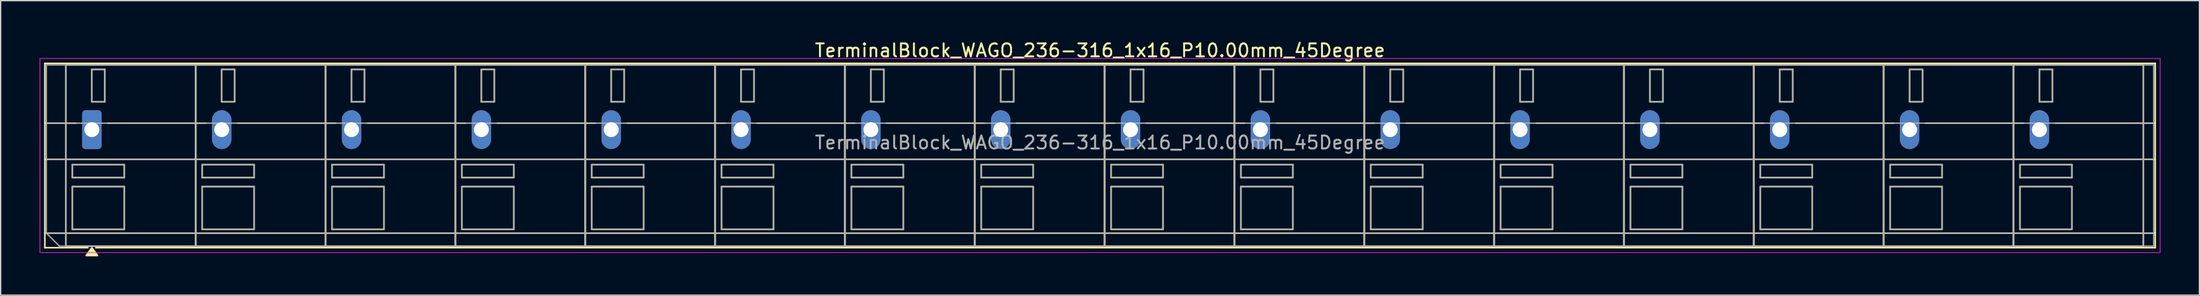
<source format=kicad_pcb>
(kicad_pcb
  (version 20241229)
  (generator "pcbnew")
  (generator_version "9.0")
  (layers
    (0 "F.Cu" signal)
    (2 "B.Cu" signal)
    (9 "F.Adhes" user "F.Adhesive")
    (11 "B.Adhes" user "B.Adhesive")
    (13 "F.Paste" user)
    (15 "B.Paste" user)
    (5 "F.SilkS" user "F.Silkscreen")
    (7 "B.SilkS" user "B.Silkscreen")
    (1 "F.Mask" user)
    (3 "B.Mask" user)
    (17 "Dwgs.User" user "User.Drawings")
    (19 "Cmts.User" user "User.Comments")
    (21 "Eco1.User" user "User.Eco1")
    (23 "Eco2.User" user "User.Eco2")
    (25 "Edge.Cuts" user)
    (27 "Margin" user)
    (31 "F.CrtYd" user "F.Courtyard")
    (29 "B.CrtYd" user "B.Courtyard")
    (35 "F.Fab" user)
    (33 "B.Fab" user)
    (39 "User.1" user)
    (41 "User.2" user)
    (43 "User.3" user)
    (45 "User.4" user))
  (footprint "TerminalBlock_WAGO_236-316_1x16_P10.00mm_45Degree"
    (layer "F.Cu")
    (at 4.025 6.968)
    (property "Reference" "TerminalBlock_WAGO_236-316_1x16_P10.00mm_45Degree" (at 77.65 -6.12 0) (layer "F.SilkS") (effects (font (size 1 1) (thickness 0.15))))
    (attr through_hole)
    (fp_line (start -3.62 -5.12) (end 158.92 -5.12) (stroke (width 0.12) (type solid)) (layer "F.SilkS"))
    (fp_line (start -3.62 -0.5) (end -1.23 -0.5) (stroke (width 0.12) (type solid)) (layer "F.SilkS"))
    (fp_line (start -3.62 2.3) (end 158.92 2.3) (stroke (width 0.12) (type solid)) (layer "F.SilkS"))
    (fp_line (start -3.62 8) (end 158.92 8) (stroke (width 0.12) (type solid)) (layer "F.SilkS"))
    (fp_line (start -3.62 9.12) (end -3.62 -5.12) (stroke (width 0.12) (type solid)) (layer "F.SilkS"))
    (fp_line (start -2 -5) (end 8 -5) (stroke (width 0.12) (type solid)) (layer "F.SilkS"))
    (fp_line (start -2 9) (end -2 -5) (stroke (width 0.12) (type solid)) (layer "F.SilkS"))
    (fp_line (start -1.5 2.7) (end 2.5 2.7) (stroke (width 0.12) (type solid)) (layer "F.SilkS"))
    (fp_line (start -1.5 3.7) (end -1.5 2.7) (stroke (width 0.12) (type solid)) (layer "F.SilkS"))
    (fp_line (start -1.5 4.4) (end 2.5 4.4) (stroke (width 0.12) (type solid)) (layer "F.SilkS"))
    (fp_line (start -1.5 7.7) (end -1.5 4.4) (stroke (width 0.12) (type solid)) (layer "F.SilkS"))
    (fp_line (start -0.3 9.12) (end -3.62 9.12) (stroke (width 0.12) (type solid)) (layer "F.SilkS"))
    (fp_line (start 0 -4.65) (end 1 -4.65) (stroke (width 0.12) (type solid)) (layer "F.SilkS"))
    (fp_line (start 0 -2.15) (end 0 -4.65) (stroke (width 0.12) (type solid)) (layer "F.SilkS"))
    (fp_line (start 1 -4.65) (end 1 -2.15) (stroke (width 0.12) (type solid)) (layer "F.SilkS"))
    (fp_line (start 1 -2.15) (end 0 -2.15) (stroke (width 0.12) (type solid)) (layer "F.SilkS"))
    (fp_line (start 1.23 -0.5) (end 8.77 -0.5) (stroke (width 0.12) (type solid)) (layer "F.SilkS"))
    (fp_line (start 2.5 2.7) (end 2.5 3.7) (stroke (width 0.12) (type solid)) (layer "F.SilkS"))
    (fp_line (start 2.5 3.7) (end -1.5 3.7) (stroke (width 0.12) (type solid)) (layer "F.SilkS"))
    (fp_line (start 2.5 4.4) (end 2.5 7.7) (stroke (width 0.12) (type solid)) (layer "F.SilkS"))
    (fp_line (start 2.5 7.7) (end -1.5 7.7) (stroke (width 0.12) (type solid)) (layer "F.SilkS"))
    (fp_line (start 8 -5) (end 8 9) (stroke (width 0.12) (type solid)) (layer "F.SilkS"))
    (fp_line (start 8 -5) (end 18 -5) (stroke (width 0.12) (type solid)) (layer "F.SilkS"))
    (fp_line (start 8 9) (end -2 9) (stroke (width 0.12) (type solid)) (layer "F.SilkS"))
    (fp_line (start 8 9) (end 8 -5) (stroke (width 0.12) (type solid)) (layer "F.SilkS"))
    (fp_line (start 8.5 2.7) (end 12.5 2.7) (stroke (width 0.12) (type solid)) (layer "F.SilkS"))
    (fp_line (start 8.5 3.7) (end 8.5 2.7) (stroke (width 0.12) (type solid)) (layer "F.SilkS"))
    (fp_line (start 8.5 4.4) (end 12.5 4.4) (stroke (width 0.12) (type solid)) (layer "F.SilkS"))
    (fp_line (start 8.5 7.7) (end 8.5 4.4) (stroke (width 0.12) (type solid)) (layer "F.SilkS"))
    (fp_line (start 10 -4.65) (end 11 -4.65) (stroke (width 0.12) (type solid)) (layer "F.SilkS"))
    (fp_line (start 10 -2.15) (end 10 -4.65) (stroke (width 0.12) (type solid)) (layer "F.SilkS"))
    (fp_line (start 11 -4.65) (end 11 -2.15) (stroke (width 0.12) (type solid)) (layer "F.SilkS"))
    (fp_line (start 11 -2.15) (end 10 -2.15) (stroke (width 0.12) (type solid)) (layer "F.SilkS"))
    (fp_line (start 11.23 -0.5) (end 18.77 -0.5) (stroke (width 0.12) (type solid)) (layer "F.SilkS"))
    (fp_line (start 12.5 2.7) (end 12.5 3.7) (stroke (width 0.12) (type solid)) (layer "F.SilkS"))
    (fp_line (start 12.5 3.7) (end 8.5 3.7) (stroke (width 0.12) (type solid)) (layer "F.SilkS"))
    (fp_line (start 12.5 4.4) (end 12.5 7.7) (stroke (width 0.12) (type solid)) (layer "F.SilkS"))
    (fp_line (start 12.5 7.7) (end 8.5 7.7) (stroke (width 0.12) (type solid)) (layer "F.SilkS"))
    (fp_line (start 18 -5) (end 18 9) (stroke (width 0.12) (type solid)) (layer "F.SilkS"))
    (fp_line (start 18 -5) (end 28 -5) (stroke (width 0.12) (type solid)) (layer "F.SilkS"))
    (fp_line (start 18 9) (end 8 9) (stroke (width 0.12) (type solid)) (layer "F.SilkS"))
    (fp_line (start 18 9) (end 18 -5) (stroke (width 0.12) (type solid)) (layer "F.SilkS"))
    (fp_line (start 18.5 2.7) (end 22.5 2.7) (stroke (width 0.12) (type solid)) (layer "F.SilkS"))
    (fp_line (start 18.5 3.7) (end 18.5 2.7) (stroke (width 0.12) (type solid)) (layer "F.SilkS"))
    (fp_line (start 18.5 4.4) (end 22.5 4.4) (stroke (width 0.12) (type solid)) (layer "F.SilkS"))
    (fp_line (start 18.5 7.7) (end 18.5 4.4) (stroke (width 0.12) (type solid)) (layer "F.SilkS"))
    (fp_line (start 20 -4.65) (end 21 -4.65) (stroke (width 0.12) (type solid)) (layer "F.SilkS"))
    (fp_line (start 20 -2.15) (end 20 -4.65) (stroke (width 0.12) (type solid)) (layer "F.SilkS"))
    (fp_line (start 21 -4.65) (end 21 -2.15) (stroke (width 0.12) (type solid)) (layer "F.SilkS"))
    (fp_line (start 21 -2.15) (end 20 -2.15) (stroke (width 0.12) (type solid)) (layer "F.SilkS"))
    (fp_line (start 21.23 -0.5) (end 28.77 -0.5) (stroke (width 0.12) (type solid)) (layer "F.SilkS"))
    (fp_line (start 22.5 2.7) (end 22.5 3.7) (stroke (width 0.12) (type solid)) (layer "F.SilkS"))
    (fp_line (start 22.5 3.7) (end 18.5 3.7) (stroke (width 0.12) (type solid)) (layer "F.SilkS"))
    (fp_line (start 22.5 4.4) (end 22.5 7.7) (stroke (width 0.12) (type solid)) (layer "F.SilkS"))
    (fp_line (start 22.5 7.7) (end 18.5 7.7) (stroke (width 0.12) (type solid)) (layer "F.SilkS"))
    (fp_line (start 28 -5) (end 28 9) (stroke (width 0.12) (type solid)) (layer "F.SilkS"))
    (fp_line (start 28 -5) (end 38 -5) (stroke (width 0.12) (type solid)) (layer "F.SilkS"))
    (fp_line (start 28 9) (end 18 9) (stroke (width 0.12) (type solid)) (layer "F.SilkS"))
    (fp_line (start 28 9) (end 28 -5) (stroke (width 0.12) (type solid)) (layer "F.SilkS"))
    (fp_line (start 28.5 2.7) (end 32.5 2.7) (stroke (width 0.12) (type solid)) (layer "F.SilkS"))
    (fp_line (start 28.5 3.7) (end 28.5 2.7) (stroke (width 0.12) (type solid)) (layer "F.SilkS"))
    (fp_line (start 28.5 4.4) (end 32.5 4.4) (stroke (width 0.12) (type solid)) (layer "F.SilkS"))
    (fp_line (start 28.5 7.7) (end 28.5 4.4) (stroke (width 0.12) (type solid)) (layer "F.SilkS"))
    (fp_line (start 30 -4.65) (end 31 -4.65) (stroke (width 0.12) (type solid)) (layer "F.SilkS"))
    (fp_line (start 30 -2.15) (end 30 -4.65) (stroke (width 0.12) (type solid)) (layer "F.SilkS"))
    (fp_line (start 31 -4.65) (end 31 -2.15) (stroke (width 0.12) (type solid)) (layer "F.SilkS"))
    (fp_line (start 31 -2.15) (end 30 -2.15) (stroke (width 0.12) (type solid)) (layer "F.SilkS"))
    (fp_line (start 31.23 -0.5) (end 38.77 -0.5) (stroke (width 0.12) (type solid)) (layer "F.SilkS"))
    (fp_line (start 32.5 2.7) (end 32.5 3.7) (stroke (width 0.12) (type solid)) (layer "F.SilkS"))
    (fp_line (start 32.5 3.7) (end 28.5 3.7) (stroke (width 0.12) (type solid)) (layer "F.SilkS"))
    (fp_line (start 32.5 4.4) (end 32.5 7.7) (stroke (width 0.12) (type solid)) (layer "F.SilkS"))
    (fp_line (start 32.5 7.7) (end 28.5 7.7) (stroke (width 0.12) (type solid)) (layer "F.SilkS"))
    (fp_line (start 38 -5) (end 38 9) (stroke (width 0.12) (type solid)) (layer "F.SilkS"))
    (fp_line (start 38 -5) (end 48 -5) (stroke (width 0.12) (type solid)) (layer "F.SilkS"))
    (fp_line (start 38 9) (end 28 9) (stroke (width 0.12) (type solid)) (layer "F.SilkS"))
    (fp_line (start 38 9) (end 38 -5) (stroke (width 0.12) (type solid)) (layer "F.SilkS"))
    (fp_line (start 38.5 2.7) (end 42.5 2.7) (stroke (width 0.12) (type solid)) (layer "F.SilkS"))
    (fp_line (start 38.5 3.7) (end 38.5 2.7) (stroke (width 0.12) (type solid)) (layer "F.SilkS"))
    (fp_line (start 38.5 4.4) (end 42.5 4.4) (stroke (width 0.12) (type solid)) (layer "F.SilkS"))
    (fp_line (start 38.5 7.7) (end 38.5 4.4) (stroke (width 0.12) (type solid)) (layer "F.SilkS"))
    (fp_line (start 40 -4.65) (end 41 -4.65) (stroke (width 0.12) (type solid)) (layer "F.SilkS"))
    (fp_line (start 40 -2.15) (end 40 -4.65) (stroke (width 0.12) (type solid)) (layer "F.SilkS"))
    (fp_line (start 41 -4.65) (end 41 -2.15) (stroke (width 0.12) (type solid)) (layer "F.SilkS"))
    (fp_line (start 41 -2.15) (end 40 -2.15) (stroke (width 0.12) (type solid)) (layer "F.SilkS"))
    (fp_line (start 41.23 -0.5) (end 48.77 -0.5) (stroke (width 0.12) (type solid)) (layer "F.SilkS"))
    (fp_line (start 42.5 2.7) (end 42.5 3.7) (stroke (width 0.12) (type solid)) (layer "F.SilkS"))
    (fp_line (start 42.5 3.7) (end 38.5 3.7) (stroke (width 0.12) (type solid)) (layer "F.SilkS"))
    (fp_line (start 42.5 4.4) (end 42.5 7.7) (stroke (width 0.12) (type solid)) (layer "F.SilkS"))
    (fp_line (start 42.5 7.7) (end 38.5 7.7) (stroke (width 0.12) (type solid)) (layer "F.SilkS"))
    (fp_line (start 48 -5) (end 48 9) (stroke (width 0.12) (type solid)) (layer "F.SilkS"))
    (fp_line (start 48 -5) (end 58 -5) (stroke (width 0.12) (type solid)) (layer "F.SilkS"))
    (fp_line (start 48 9) (end 38 9) (stroke (width 0.12) (type solid)) (layer "F.SilkS"))
    (fp_line (start 48 9) (end 48 -5) (stroke (width 0.12) (type solid)) (layer "F.SilkS"))
    (fp_line (start 48.5 2.7) (end 52.5 2.7) (stroke (width 0.12) (type solid)) (layer "F.SilkS"))
    (fp_line (start 48.5 3.7) (end 48.5 2.7) (stroke (width 0.12) (type solid)) (layer "F.SilkS"))
    (fp_line (start 48.5 4.4) (end 52.5 4.4) (stroke (width 0.12) (type solid)) (layer "F.SilkS"))
    (fp_line (start 48.5 7.7) (end 48.5 4.4) (stroke (width 0.12) (type solid)) (layer "F.SilkS"))
    (fp_line (start 50 -4.65) (end 51 -4.65) (stroke (width 0.12) (type solid)) (layer "F.SilkS"))
    (fp_line (start 50 -2.15) (end 50 -4.65) (stroke (width 0.12) (type solid)) (layer "F.SilkS"))
    (fp_line (start 51 -4.65) (end 51 -2.15) (stroke (width 0.12) (type solid)) (layer "F.SilkS"))
    (fp_line (start 51 -2.15) (end 50 -2.15) (stroke (width 0.12) (type solid)) (layer "F.SilkS"))
    (fp_line (start 51.23 -0.5) (end 58.77 -0.5) (stroke (width 0.12) (type solid)) (layer "F.SilkS"))
    (fp_line (start 52.5 2.7) (end 52.5 3.7) (stroke (width 0.12) (type solid)) (layer "F.SilkS"))
    (fp_line (start 52.5 3.7) (end 48.5 3.7) (stroke (width 0.12) (type solid)) (layer "F.SilkS"))
    (fp_line (start 52.5 4.4) (end 52.5 7.7) (stroke (width 0.12) (type solid)) (layer "F.SilkS"))
    (fp_line (start 52.5 7.7) (end 48.5 7.7) (stroke (width 0.12) (type solid)) (layer "F.SilkS"))
    (fp_line (start 58 -5) (end 58 9) (stroke (width 0.12) (type solid)) (layer "F.SilkS"))
    (fp_line (start 58 -5) (end 68 -5) (stroke (width 0.12) (type solid)) (layer "F.SilkS"))
    (fp_line (start 58 9) (end 48 9) (stroke (width 0.12) (type solid)) (layer "F.SilkS"))
    (fp_line (start 58 9) (end 58 -5) (stroke (width 0.12) (type solid)) (layer "F.SilkS"))
    (fp_line (start 58.5 2.7) (end 62.5 2.7) (stroke (width 0.12) (type solid)) (layer "F.SilkS"))
    (fp_line (start 58.5 3.7) (end 58.5 2.7) (stroke (width 0.12) (type solid)) (layer "F.SilkS"))
    (fp_line (start 58.5 4.4) (end 62.5 4.4) (stroke (width 0.12) (type solid)) (layer "F.SilkS"))
    (fp_line (start 58.5 7.7) (end 58.5 4.4) (stroke (width 0.12) (type solid)) (layer "F.SilkS"))
    (fp_line (start 60 -4.65) (end 61 -4.65) (stroke (width 0.12) (type solid)) (layer "F.SilkS"))
    (fp_line (start 60 -2.15) (end 60 -4.65) (stroke (width 0.12) (type solid)) (layer "F.SilkS"))
    (fp_line (start 61 -4.65) (end 61 -2.15) (stroke (width 0.12) (type solid)) (layer "F.SilkS"))
    (fp_line (start 61 -2.15) (end 60 -2.15) (stroke (width 0.12) (type solid)) (layer "F.SilkS"))
    (fp_line (start 61.23 -0.5) (end 68.77 -0.5) (stroke (width 0.12) (type solid)) (layer "F.SilkS"))
    (fp_line (start 62.5 2.7) (end 62.5 3.7) (stroke (width 0.12) (type solid)) (layer "F.SilkS"))
    (fp_line (start 62.5 3.7) (end 58.5 3.7) (stroke (width 0.12) (type solid)) (layer "F.SilkS"))
    (fp_line (start 62.5 4.4) (end 62.5 7.7) (stroke (width 0.12) (type solid)) (layer "F.SilkS"))
    (fp_line (start 62.5 7.7) (end 58.5 7.7) (stroke (width 0.12) (type solid)) (layer "F.SilkS"))
    (fp_line (start 68 -5) (end 68 9) (stroke (width 0.12) (type solid)) (layer "F.SilkS"))
    (fp_line (start 68 -5) (end 78 -5) (stroke (width 0.12) (type solid)) (layer "F.SilkS"))
    (fp_line (start 68 9) (end 58 9) (stroke (width 0.12) (type solid)) (layer "F.SilkS"))
    (fp_line (start 68 9) (end 68 -5) (stroke (width 0.12) (type solid)) (layer "F.SilkS"))
    (fp_line (start 68.5 2.7) (end 72.5 2.7) (stroke (width 0.12) (type solid)) (layer "F.SilkS"))
    (fp_line (start 68.5 3.7) (end 68.5 2.7) (stroke (width 0.12) (type solid)) (layer "F.SilkS"))
    (fp_line (start 68.5 4.4) (end 72.5 4.4) (stroke (width 0.12) (type solid)) (layer "F.SilkS"))
    (fp_line (start 68.5 7.7) (end 68.5 4.4) (stroke (width 0.12) (type solid)) (layer "F.SilkS"))
    (fp_line (start 70 -4.65) (end 71 -4.65) (stroke (width 0.12) (type solid)) (layer "F.SilkS"))
    (fp_line (start 70 -2.15) (end 70 -4.65) (stroke (width 0.12) (type solid)) (layer "F.SilkS"))
    (fp_line (start 71 -4.65) (end 71 -2.15) (stroke (width 0.12) (type solid)) (layer "F.SilkS"))
    (fp_line (start 71 -2.15) (end 70 -2.15) (stroke (width 0.12) (type solid)) (layer "F.SilkS"))
    (fp_line (start 71.23 -0.5) (end 78.77 -0.5) (stroke (width 0.12) (type solid)) (layer "F.SilkS"))
    (fp_line (start 72.5 2.7) (end 72.5 3.7) (stroke (width 0.12) (type solid)) (layer "F.SilkS"))
    (fp_line (start 72.5 3.7) (end 68.5 3.7) (stroke (width 0.12) (type solid)) (layer "F.SilkS"))
    (fp_line (start 72.5 4.4) (end 72.5 7.7) (stroke (width 0.12) (type solid)) (layer "F.SilkS"))
    (fp_line (start 72.5 7.7) (end 68.5 7.7) (stroke (width 0.12) (type solid)) (layer "F.SilkS"))
    (fp_line (start 78 -5) (end 78 9) (stroke (width 0.12) (type solid)) (layer "F.SilkS"))
    (fp_line (start 78 -5) (end 88 -5) (stroke (width 0.12) (type solid)) (layer "F.SilkS"))
    (fp_line (start 78 9) (end 68 9) (stroke (width 0.12) (type solid)) (layer "F.SilkS"))
    (fp_line (start 78 9) (end 78 -5) (stroke (width 0.12) (type solid)) (layer "F.SilkS"))
    (fp_line (start 78.5 2.7) (end 82.5 2.7) (stroke (width 0.12) (type solid)) (layer "F.SilkS"))
    (fp_line (start 78.5 3.7) (end 78.5 2.7) (stroke (width 0.12) (type solid)) (layer "F.SilkS"))
    (fp_line (start 78.5 4.4) (end 82.5 4.4) (stroke (width 0.12) (type solid)) (layer "F.SilkS"))
    (fp_line (start 78.5 7.7) (end 78.5 4.4) (stroke (width 0.12) (type solid)) (layer "F.SilkS"))
    (fp_line (start 80 -4.65) (end 81 -4.65) (stroke (width 0.12) (type solid)) (layer "F.SilkS"))
    (fp_line (start 80 -2.15) (end 80 -4.65) (stroke (width 0.12) (type solid)) (layer "F.SilkS"))
    (fp_line (start 81 -4.65) (end 81 -2.15) (stroke (width 0.12) (type solid)) (layer "F.SilkS"))
    (fp_line (start 81 -2.15) (end 80 -2.15) (stroke (width 0.12) (type solid)) (layer "F.SilkS"))
    (fp_line (start 81.23 -0.5) (end 88.77 -0.5) (stroke (width 0.12) (type solid)) (layer "F.SilkS"))
    (fp_line (start 82.5 2.7) (end 82.5 3.7) (stroke (width 0.12) (type solid)) (layer "F.SilkS"))
    (fp_line (start 82.5 3.7) (end 78.5 3.7) (stroke (width 0.12) (type solid)) (layer "F.SilkS"))
    (fp_line (start 82.5 4.4) (end 82.5 7.7) (stroke (width 0.12) (type solid)) (layer "F.SilkS"))
    (fp_line (start 82.5 7.7) (end 78.5 7.7) (stroke (width 0.12) (type solid)) (layer "F.SilkS"))
    (fp_line (start 88 -5) (end 88 9) (stroke (width 0.12) (type solid)) (layer "F.SilkS"))
    (fp_line (start 88 -5) (end 98 -5) (stroke (width 0.12) (type solid)) (layer "F.SilkS"))
    (fp_line (start 88 9) (end 78 9) (stroke (width 0.12) (type solid)) (layer "F.SilkS"))
    (fp_line (start 88 9) (end 88 -5) (stroke (width 0.12) (type solid)) (layer "F.SilkS"))
    (fp_line (start 88.5 2.7) (end 92.5 2.7) (stroke (width 0.12) (type solid)) (layer "F.SilkS"))
    (fp_line (start 88.5 3.7) (end 88.5 2.7) (stroke (width 0.12) (type solid)) (layer "F.SilkS"))
    (fp_line (start 88.5 4.4) (end 92.5 4.4) (stroke (width 0.12) (type solid)) (layer "F.SilkS"))
    (fp_line (start 88.5 7.7) (end 88.5 4.4) (stroke (width 0.12) (type solid)) (layer "F.SilkS"))
    (fp_line (start 90 -4.65) (end 91 -4.65) (stroke (width 0.12) (type solid)) (layer "F.SilkS"))
    (fp_line (start 90 -2.15) (end 90 -4.65) (stroke (width 0.12) (type solid)) (layer "F.SilkS"))
    (fp_line (start 91 -4.65) (end 91 -2.15) (stroke (width 0.12) (type solid)) (layer "F.SilkS"))
    (fp_line (start 91 -2.15) (end 90 -2.15) (stroke (width 0.12) (type solid)) (layer "F.SilkS"))
    (fp_line (start 91.23 -0.5) (end 98.77 -0.5) (stroke (width 0.12) (type solid)) (layer "F.SilkS"))
    (fp_line (start 92.5 2.7) (end 92.5 3.7) (stroke (width 0.12) (type solid)) (layer "F.SilkS"))
    (fp_line (start 92.5 3.7) (end 88.5 3.7) (stroke (width 0.12) (type solid)) (layer "F.SilkS"))
    (fp_line (start 92.5 4.4) (end 92.5 7.7) (stroke (width 0.12) (type solid)) (layer "F.SilkS"))
    (fp_line (start 92.5 7.7) (end 88.5 7.7) (stroke (width 0.12) (type solid)) (layer "F.SilkS"))
    (fp_line (start 98 -5) (end 98 9) (stroke (width 0.12) (type solid)) (layer "F.SilkS"))
    (fp_line (start 98 -5) (end 108 -5) (stroke (width 0.12) (type solid)) (layer "F.SilkS"))
    (fp_line (start 98 9) (end 88 9) (stroke (width 0.12) (type solid)) (layer "F.SilkS"))
    (fp_line (start 98 9) (end 98 -5) (stroke (width 0.12) (type solid)) (layer "F.SilkS"))
    (fp_line (start 98.5 2.7) (end 102.5 2.7) (stroke (width 0.12) (type solid)) (layer "F.SilkS"))
    (fp_line (start 98.5 3.7) (end 98.5 2.7) (stroke (width 0.12) (type solid)) (layer "F.SilkS"))
    (fp_line (start 98.5 4.4) (end 102.5 4.4) (stroke (width 0.12) (type solid)) (layer "F.SilkS"))
    (fp_line (start 98.5 7.7) (end 98.5 4.4) (stroke (width 0.12) (type solid)) (layer "F.SilkS"))
    (fp_line (start 100 -4.65) (end 101 -4.65) (stroke (width 0.12) (type solid)) (layer "F.SilkS"))
    (fp_line (start 100 -2.15) (end 100 -4.65) (stroke (width 0.12) (type solid)) (layer "F.SilkS"))
    (fp_line (start 101 -4.65) (end 101 -2.15) (stroke (width 0.12) (type solid)) (layer "F.SilkS"))
    (fp_line (start 101 -2.15) (end 100 -2.15) (stroke (width 0.12) (type solid)) (layer "F.SilkS"))
    (fp_line (start 101.23 -0.5) (end 108.77 -0.5) (stroke (width 0.12) (type solid)) (layer "F.SilkS"))
    (fp_line (start 102.5 2.7) (end 102.5 3.7) (stroke (width 0.12) (type solid)) (layer "F.SilkS"))
    (fp_line (start 102.5 3.7) (end 98.5 3.7) (stroke (width 0.12) (type solid)) (layer "F.SilkS"))
    (fp_line (start 102.5 4.4) (end 102.5 7.7) (stroke (width 0.12) (type solid)) (layer "F.SilkS"))
    (fp_line (start 102.5 7.7) (end 98.5 7.7) (stroke (width 0.12) (type solid)) (layer "F.SilkS"))
    (fp_line (start 108 -5) (end 108 9) (stroke (width 0.12) (type solid)) (layer "F.SilkS"))
    (fp_line (start 108 -5) (end 118 -5) (stroke (width 0.12) (type solid)) (layer "F.SilkS"))
    (fp_line (start 108 9) (end 98 9) (stroke (width 0.12) (type solid)) (layer "F.SilkS"))
    (fp_line (start 108 9) (end 108 -5) (stroke (width 0.12) (type solid)) (layer "F.SilkS"))
    (fp_line (start 108.5 2.7) (end 112.5 2.7) (stroke (width 0.12) (type solid)) (layer "F.SilkS"))
    (fp_line (start 108.5 3.7) (end 108.5 2.7) (stroke (width 0.12) (type solid)) (layer "F.SilkS"))
    (fp_line (start 108.5 4.4) (end 112.5 4.4) (stroke (width 0.12) (type solid)) (layer "F.SilkS"))
    (fp_line (start 108.5 7.7) (end 108.5 4.4) (stroke (width 0.12) (type solid)) (layer "F.SilkS"))
    (fp_line (start 110 -4.65) (end 111 -4.65) (stroke (width 0.12) (type solid)) (layer "F.SilkS"))
    (fp_line (start 110 -2.15) (end 110 -4.65) (stroke (width 0.12) (type solid)) (layer "F.SilkS"))
    (fp_line (start 111 -4.65) (end 111 -2.15) (stroke (width 0.12) (type solid)) (layer "F.SilkS"))
    (fp_line (start 111 -2.15) (end 110 -2.15) (stroke (width 0.12) (type solid)) (layer "F.SilkS"))
    (fp_line (start 111.23 -0.5) (end 118.77 -0.5) (stroke (width 0.12) (type solid)) (layer "F.SilkS"))
    (fp_line (start 112.5 2.7) (end 112.5 3.7) (stroke (width 0.12) (type solid)) (layer "F.SilkS"))
    (fp_line (start 112.5 3.7) (end 108.5 3.7) (stroke (width 0.12) (type solid)) (layer "F.SilkS"))
    (fp_line (start 112.5 4.4) (end 112.5 7.7) (stroke (width 0.12) (type solid)) (layer "F.SilkS"))
    (fp_line (start 112.5 7.7) (end 108.5 7.7) (stroke (width 0.12) (type solid)) (layer "F.SilkS"))
    (fp_line (start 118 -5) (end 118 9) (stroke (width 0.12) (type solid)) (layer "F.SilkS"))
    (fp_line (start 118 -5) (end 128 -5) (stroke (width 0.12) (type solid)) (layer "F.SilkS"))
    (fp_line (start 118 9) (end 108 9) (stroke (width 0.12) (type solid)) (layer "F.SilkS"))
    (fp_line (start 118 9) (end 118 -5) (stroke (width 0.12) (type solid)) (layer "F.SilkS"))
    (fp_line (start 118.5 2.7) (end 122.5 2.7) (stroke (width 0.12) (type solid)) (layer "F.SilkS"))
    (fp_line (start 118.5 3.7) (end 118.5 2.7) (stroke (width 0.12) (type solid)) (layer "F.SilkS"))
    (fp_line (start 118.5 4.4) (end 122.5 4.4) (stroke (width 0.12) (type solid)) (layer "F.SilkS"))
    (fp_line (start 118.5 7.7) (end 118.5 4.4) (stroke (width 0.12) (type solid)) (layer "F.SilkS"))
    (fp_line (start 120 -4.65) (end 121 -4.65) (stroke (width 0.12) (type solid)) (layer "F.SilkS"))
    (fp_line (start 120 -2.15) (end 120 -4.65) (stroke (width 0.12) (type solid)) (layer "F.SilkS"))
    (fp_line (start 121 -4.65) (end 121 -2.15) (stroke (width 0.12) (type solid)) (layer "F.SilkS"))
    (fp_line (start 121 -2.15) (end 120 -2.15) (stroke (width 0.12) (type solid)) (layer "F.SilkS"))
    (fp_line (start 121.23 -0.5) (end 128.77 -0.5) (stroke (width 0.12) (type solid)) (layer "F.SilkS"))
    (fp_line (start 122.5 2.7) (end 122.5 3.7) (stroke (width 0.12) (type solid)) (layer "F.SilkS"))
    (fp_line (start 122.5 3.7) (end 118.5 3.7) (stroke (width 0.12) (type solid)) (layer "F.SilkS"))
    (fp_line (start 122.5 4.4) (end 122.5 7.7) (stroke (width 0.12) (type solid)) (layer "F.SilkS"))
    (fp_line (start 122.5 7.7) (end 118.5 7.7) (stroke (width 0.12) (type solid)) (layer "F.SilkS"))
    (fp_line (start 128 -5) (end 128 9) (stroke (width 0.12) (type solid)) (layer "F.SilkS"))
    (fp_line (start 128 -5) (end 138 -5) (stroke (width 0.12) (type solid)) (layer "F.SilkS"))
    (fp_line (start 128 9) (end 118 9) (stroke (width 0.12) (type solid)) (layer "F.SilkS"))
    (fp_line (start 128 9) (end 128 -5) (stroke (width 0.12) (type solid)) (layer "F.SilkS"))
    (fp_line (start 128.5 2.7) (end 132.5 2.7) (stroke (width 0.12) (type solid)) (layer "F.SilkS"))
    (fp_line (start 128.5 3.7) (end 128.5 2.7) (stroke (width 0.12) (type solid)) (layer "F.SilkS"))
    (fp_line (start 128.5 4.4) (end 132.5 4.4) (stroke (width 0.12) (type solid)) (layer "F.SilkS"))
    (fp_line (start 128.5 7.7) (end 128.5 4.4) (stroke (width 0.12) (type solid)) (layer "F.SilkS"))
    (fp_line (start 130 -4.65) (end 131 -4.65) (stroke (width 0.12) (type solid)) (layer "F.SilkS"))
    (fp_line (start 130 -2.15) (end 130 -4.65) (stroke (width 0.12) (type solid)) (layer "F.SilkS"))
    (fp_line (start 131 -4.65) (end 131 -2.15) (stroke (width 0.12) (type solid)) (layer "F.SilkS"))
    (fp_line (start 131 -2.15) (end 130 -2.15) (stroke (width 0.12) (type solid)) (layer "F.SilkS"))
    (fp_line (start 131.23 -0.5) (end 138.77 -0.5) (stroke (width 0.12) (type solid)) (layer "F.SilkS"))
    (fp_line (start 132.5 2.7) (end 132.5 3.7) (stroke (width 0.12) (type solid)) (layer "F.SilkS"))
    (fp_line (start 132.5 3.7) (end 128.5 3.7) (stroke (width 0.12) (type solid)) (layer "F.SilkS"))
    (fp_line (start 132.5 4.4) (end 132.5 7.7) (stroke (width 0.12) (type solid)) (layer "F.SilkS"))
    (fp_line (start 132.5 7.7) (end 128.5 7.7) (stroke (width 0.12) (type solid)) (layer "F.SilkS"))
    (fp_line (start 138 -5) (end 138 9) (stroke (width 0.12) (type solid)) (layer "F.SilkS"))
    (fp_line (start 138 -5) (end 148 -5) (stroke (width 0.12) (type solid)) (layer "F.SilkS"))
    (fp_line (start 138 9) (end 128 9) (stroke (width 0.12) (type solid)) (layer "F.SilkS"))
    (fp_line (start 138 9) (end 138 -5) (stroke (width 0.12) (type solid)) (layer "F.SilkS"))
    (fp_line (start 138.5 2.7) (end 142.5 2.7) (stroke (width 0.12) (type solid)) (layer "F.SilkS"))
    (fp_line (start 138.5 3.7) (end 138.5 2.7) (stroke (width 0.12) (type solid)) (layer "F.SilkS"))
    (fp_line (start 138.5 4.4) (end 142.5 4.4) (stroke (width 0.12) (type solid)) (layer "F.SilkS"))
    (fp_line (start 138.5 7.7) (end 138.5 4.4) (stroke (width 0.12) (type solid)) (layer "F.SilkS"))
    (fp_line (start 140 -4.65) (end 141 -4.65) (stroke (width 0.12) (type solid)) (layer "F.SilkS"))
    (fp_line (start 140 -2.15) (end 140 -4.65) (stroke (width 0.12) (type solid)) (layer "F.SilkS"))
    (fp_line (start 141 -4.65) (end 141 -2.15) (stroke (width 0.12) (type solid)) (layer "F.SilkS"))
    (fp_line (start 141 -2.15) (end 140 -2.15) (stroke (width 0.12) (type solid)) (layer "F.SilkS"))
    (fp_line (start 141.23 -0.5) (end 148.77 -0.5) (stroke (width 0.12) (type solid)) (layer "F.SilkS"))
    (fp_line (start 142.5 2.7) (end 142.5 3.7) (stroke (width 0.12) (type solid)) (layer "F.SilkS"))
    (fp_line (start 142.5 3.7) (end 138.5 3.7) (stroke (width 0.12) (type solid)) (layer "F.SilkS"))
    (fp_line (start 142.5 4.4) (end 142.5 7.7) (stroke (width 0.12) (type solid)) (layer "F.SilkS"))
    (fp_line (start 142.5 7.7) (end 138.5 7.7) (stroke (width 0.12) (type solid)) (layer "F.SilkS"))
    (fp_line (start 148 -5) (end 148 9) (stroke (width 0.12) (type solid)) (layer "F.SilkS"))
    (fp_line (start 148 -5) (end 158 -5) (stroke (width 0.12) (type solid)) (layer "F.SilkS"))
    (fp_line (start 148 9) (end 138 9) (stroke (width 0.12) (type solid)) (layer "F.SilkS"))
    (fp_line (start 148 9) (end 148 -5) (stroke (width 0.12) (type solid)) (layer "F.SilkS"))
    (fp_line (start 148.5 2.7) (end 152.5 2.7) (stroke (width 0.12) (type solid)) (layer "F.SilkS"))
    (fp_line (start 148.5 3.7) (end 148.5 2.7) (stroke (width 0.12) (type solid)) (layer "F.SilkS"))
    (fp_line (start 148.5 4.4) (end 152.5 4.4) (stroke (width 0.12) (type solid)) (layer "F.SilkS"))
    (fp_line (start 148.5 7.7) (end 148.5 4.4) (stroke (width 0.12) (type solid)) (layer "F.SilkS"))
    (fp_line (start 150 -4.65) (end 151 -4.65) (stroke (width 0.12) (type solid)) (layer "F.SilkS"))
    (fp_line (start 150 -2.15) (end 150 -4.65) (stroke (width 0.12) (type solid)) (layer "F.SilkS"))
    (fp_line (start 151 -4.65) (end 151 -2.15) (stroke (width 0.12) (type solid)) (layer "F.SilkS"))
    (fp_line (start 151 -2.15) (end 150 -2.15) (stroke (width 0.12) (type solid)) (layer "F.SilkS"))
    (fp_line (start 151.23 -0.5) (end 158.92 -0.5) (stroke (width 0.12) (type solid)) (layer "F.SilkS"))
    (fp_line (start 152.5 2.7) (end 152.5 3.7) (stroke (width 0.12) (type solid)) (layer "F.SilkS"))
    (fp_line (start 152.5 3.7) (end 148.5 3.7) (stroke (width 0.12) (type solid)) (layer "F.SilkS"))
    (fp_line (start 152.5 4.4) (end 152.5 7.7) (stroke (width 0.12) (type solid)) (layer "F.SilkS"))
    (fp_line (start 152.5 7.7) (end 148.5 7.7) (stroke (width 0.12) (type solid)) (layer "F.SilkS"))
    (fp_line (start 158 -5) (end 158 9) (stroke (width 0.12) (type solid)) (layer "F.SilkS"))
    (fp_line (start 158 9) (end 148 9) (stroke (width 0.12) (type solid)) (layer "F.SilkS"))
    (fp_line (start 158.92 -5.12) (end 158.92 9.12) (stroke (width 0.12) (type solid)) (layer "F.SilkS"))
    (fp_line (start 158.92 9.12) (end 0.3 9.12) (stroke (width 0.12) (type solid)) (layer "F.SilkS"))
    (fp_poly (pts (xy 0 9.12) (xy 0.44 9.73) (xy -0.44 9.73)) (stroke (width 0.12) (type solid)) (fill yes) (layer "F.SilkS"))
    (fp_line (start -4 -5.5) (end -4 9.5) (stroke (width 0.05) (type solid)) (layer "F.CrtYd"))
    (fp_line (start -4 9.5) (end 159.3 9.5) (stroke (width 0.05) (type solid)) (layer "F.CrtYd"))
    (fp_line (start 159.3 -5.5) (end -4 -5.5) (stroke (width 0.05) (type solid)) (layer "F.CrtYd"))
    (fp_line (start 159.3 9.5) (end 159.3 -5.5) (stroke (width 0.05) (type solid)) (layer "F.CrtYd"))
    (fp_line (start -3.5 -5) (end 158.8 -5) (stroke (width 0.1) (type solid)) (layer "F.Fab"))
    (fp_line (start -3.5 -0.5) (end 158.8 -0.5) (stroke (width 0.1) (type solid)) (layer "F.Fab"))
    (fp_line (start -3.5 2.3) (end 158.8 2.3) (stroke (width 0.1) (type solid)) (layer "F.Fab"))
    (fp_line (start -3.5 8) (end -3.5 -5) (stroke (width 0.1) (type solid)) (layer "F.Fab"))
    (fp_line (start -3.5 8) (end 158.8 8) (stroke (width 0.1) (type solid)) (layer "F.Fab"))
    (fp_line (start -2.5 9) (end -3.5 8) (stroke (width 0.1) (type solid)) (layer "F.Fab"))
    (fp_line (start -2 -5) (end -2 9) (stroke (width 0.1) (type solid)) (layer "F.Fab"))
    (fp_line (start -2 9) (end 8 9) (stroke (width 0.1) (type solid)) (layer "F.Fab"))
    (fp_line (start -1.5 2.7) (end -1.5 3.7) (stroke (width 0.1) (type solid)) (layer "F.Fab"))
    (fp_line (start -1.5 3.7) (end 2.5 3.7) (stroke (width 0.1) (type solid)) (layer "F.Fab"))
    (fp_line (start -1.5 4.4) (end -1.5 7.7) (stroke (width 0.1) (type solid)) (layer "F.Fab"))
    (fp_line (start -1.5 7.7) (end 2.5 7.7) (stroke (width 0.1) (type solid)) (layer "F.Fab"))
    (fp_line (start 0 -4.65) (end 0 -2.15) (stroke (width 0.1) (type solid)) (layer "F.Fab"))
    (fp_line (start 0 -2.15) (end 1 -2.15) (stroke (width 0.1) (type solid)) (layer "F.Fab"))
    (fp_line (start 1 -4.65) (end 0 -4.65) (stroke (width 0.1) (type solid)) (layer "F.Fab"))
    (fp_line (start 1 -2.15) (end 1 -4.65) (stroke (width 0.1) (type solid)) (layer "F.Fab"))
    (fp_line (start 2.5 2.7) (end -1.5 2.7) (stroke (width 0.1) (type solid)) (layer "F.Fab"))
    (fp_line (start 2.5 3.7) (end 2.5 2.7) (stroke (width 0.1) (type solid)) (layer "F.Fab"))
    (fp_line (start 2.5 4.4) (end -1.5 4.4) (stroke (width 0.1) (type solid)) (layer "F.Fab"))
    (fp_line (start 2.5 7.7) (end 2.5 4.4) (stroke (width 0.1) (type solid)) (layer "F.Fab"))
    (fp_line (start 8 -5) (end -2 -5) (stroke (width 0.1) (type solid)) (layer "F.Fab"))
    (fp_line (start 8 -5) (end 8 9) (stroke (width 0.1) (type solid)) (layer "F.Fab"))
    (fp_line (start 8 9) (end 8 -5) (stroke (width 0.1) (type solid)) (layer "F.Fab"))
    (fp_line (start 8 9) (end 18 9) (stroke (width 0.1) (type solid)) (layer "F.Fab"))
    (fp_line (start 8.5 2.7) (end 8.5 3.7) (stroke (width 0.1) (type solid)) (layer "F.Fab"))
    (fp_line (start 8.5 3.7) (end 12.5 3.7) (stroke (width 0.1) (type solid)) (layer "F.Fab"))
    (fp_line (start 8.5 4.4) (end 8.5 7.7) (stroke (width 0.1) (type solid)) (layer "F.Fab"))
    (fp_line (start 8.5 7.7) (end 12.5 7.7) (stroke (width 0.1) (type solid)) (layer "F.Fab"))
    (fp_line (start 10 -4.65) (end 10 -2.15) (stroke (width 0.1) (type solid)) (layer "F.Fab"))
    (fp_line (start 10 -2.15) (end 11 -2.15) (stroke (width 0.1) (type solid)) (layer "F.Fab"))
    (fp_line (start 11 -4.65) (end 10 -4.65) (stroke (width 0.1) (type solid)) (layer "F.Fab"))
    (fp_line (start 11 -2.15) (end 11 -4.65) (stroke (width 0.1) (type solid)) (layer "F.Fab"))
    (fp_line (start 12.5 2.7) (end 8.5 2.7) (stroke (width 0.1) (type solid)) (layer "F.Fab"))
    (fp_line (start 12.5 3.7) (end 12.5 2.7) (stroke (width 0.1) (type solid)) (layer "F.Fab"))
    (fp_line (start 12.5 4.4) (end 8.5 4.4) (stroke (width 0.1) (type solid)) (layer "F.Fab"))
    (fp_line (start 12.5 7.7) (end 12.5 4.4) (stroke (width 0.1) (type solid)) (layer "F.Fab"))
    (fp_line (start 18 -5) (end 8 -5) (stroke (width 0.1) (type solid)) (layer "F.Fab"))
    (fp_line (start 18 -5) (end 18 9) (stroke (width 0.1) (type solid)) (layer "F.Fab"))
    (fp_line (start 18 9) (end 18 -5) (stroke (width 0.1) (type solid)) (layer "F.Fab"))
    (fp_line (start 18 9) (end 28 9) (stroke (width 0.1) (type solid)) (layer "F.Fab"))
    (fp_line (start 18.5 2.7) (end 18.5 3.7) (stroke (width 0.1) (type solid)) (layer "F.Fab"))
    (fp_line (start 18.5 3.7) (end 22.5 3.7) (stroke (width 0.1) (type solid)) (layer "F.Fab"))
    (fp_line (start 18.5 4.4) (end 18.5 7.7) (stroke (width 0.1) (type solid)) (layer "F.Fab"))
    (fp_line (start 18.5 7.7) (end 22.5 7.7) (stroke (width 0.1) (type solid)) (layer "F.Fab"))
    (fp_line (start 20 -4.65) (end 20 -2.15) (stroke (width 0.1) (type solid)) (layer "F.Fab"))
    (fp_line (start 20 -2.15) (end 21 -2.15) (stroke (width 0.1) (type solid)) (layer "F.Fab"))
    (fp_line (start 21 -4.65) (end 20 -4.65) (stroke (width 0.1) (type solid)) (layer "F.Fab"))
    (fp_line (start 21 -2.15) (end 21 -4.65) (stroke (width 0.1) (type solid)) (layer "F.Fab"))
    (fp_line (start 22.5 2.7) (end 18.5 2.7) (stroke (width 0.1) (type solid)) (layer "F.Fab"))
    (fp_line (start 22.5 3.7) (end 22.5 2.7) (stroke (width 0.1) (type solid)) (layer "F.Fab"))
    (fp_line (start 22.5 4.4) (end 18.5 4.4) (stroke (width 0.1) (type solid)) (layer "F.Fab"))
    (fp_line (start 22.5 7.7) (end 22.5 4.4) (stroke (width 0.1) (type solid)) (layer "F.Fab"))
    (fp_line (start 28 -5) (end 18 -5) (stroke (width 0.1) (type solid)) (layer "F.Fab"))
    (fp_line (start 28 -5) (end 28 9) (stroke (width 0.1) (type solid)) (layer "F.Fab"))
    (fp_line (start 28 9) (end 28 -5) (stroke (width 0.1) (type solid)) (layer "F.Fab"))
    (fp_line (start 28 9) (end 38 9) (stroke (width 0.1) (type solid)) (layer "F.Fab"))
    (fp_line (start 28.5 2.7) (end 28.5 3.7) (stroke (width 0.1) (type solid)) (layer "F.Fab"))
    (fp_line (start 28.5 3.7) (end 32.5 3.7) (stroke (width 0.1) (type solid)) (layer "F.Fab"))
    (fp_line (start 28.5 4.4) (end 28.5 7.7) (stroke (width 0.1) (type solid)) (layer "F.Fab"))
    (fp_line (start 28.5 7.7) (end 32.5 7.7) (stroke (width 0.1) (type solid)) (layer "F.Fab"))
    (fp_line (start 30 -4.65) (end 30 -2.15) (stroke (width 0.1) (type solid)) (layer "F.Fab"))
    (fp_line (start 30 -2.15) (end 31 -2.15) (stroke (width 0.1) (type solid)) (layer "F.Fab"))
    (fp_line (start 31 -4.65) (end 30 -4.65) (stroke (width 0.1) (type solid)) (layer "F.Fab"))
    (fp_line (start 31 -2.15) (end 31 -4.65) (stroke (width 0.1) (type solid)) (layer "F.Fab"))
    (fp_line (start 32.5 2.7) (end 28.5 2.7) (stroke (width 0.1) (type solid)) (layer "F.Fab"))
    (fp_line (start 32.5 3.7) (end 32.5 2.7) (stroke (width 0.1) (type solid)) (layer "F.Fab"))
    (fp_line (start 32.5 4.4) (end 28.5 4.4) (stroke (width 0.1) (type solid)) (layer "F.Fab"))
    (fp_line (start 32.5 7.7) (end 32.5 4.4) (stroke (width 0.1) (type solid)) (layer "F.Fab"))
    (fp_line (start 38 -5) (end 28 -5) (stroke (width 0.1) (type solid)) (layer "F.Fab"))
    (fp_line (start 38 -5) (end 38 9) (stroke (width 0.1) (type solid)) (layer "F.Fab"))
    (fp_line (start 38 9) (end 38 -5) (stroke (width 0.1) (type solid)) (layer "F.Fab"))
    (fp_line (start 38 9) (end 48 9) (stroke (width 0.1) (type solid)) (layer "F.Fab"))
    (fp_line (start 38.5 2.7) (end 38.5 3.7) (stroke (width 0.1) (type solid)) (layer "F.Fab"))
    (fp_line (start 38.5 3.7) (end 42.5 3.7) (stroke (width 0.1) (type solid)) (layer "F.Fab"))
    (fp_line (start 38.5 4.4) (end 38.5 7.7) (stroke (width 0.1) (type solid)) (layer "F.Fab"))
    (fp_line (start 38.5 7.7) (end 42.5 7.7) (stroke (width 0.1) (type solid)) (layer "F.Fab"))
    (fp_line (start 40 -4.65) (end 40 -2.15) (stroke (width 0.1) (type solid)) (layer "F.Fab"))
    (fp_line (start 40 -2.15) (end 41 -2.15) (stroke (width 0.1) (type solid)) (layer "F.Fab"))
    (fp_line (start 41 -4.65) (end 40 -4.65) (stroke (width 0.1) (type solid)) (layer "F.Fab"))
    (fp_line (start 41 -2.15) (end 41 -4.65) (stroke (width 0.1) (type solid)) (layer "F.Fab"))
    (fp_line (start 42.5 2.7) (end 38.5 2.7) (stroke (width 0.1) (type solid)) (layer "F.Fab"))
    (fp_line (start 42.5 3.7) (end 42.5 2.7) (stroke (width 0.1) (type solid)) (layer "F.Fab"))
    (fp_line (start 42.5 4.4) (end 38.5 4.4) (stroke (width 0.1) (type solid)) (layer "F.Fab"))
    (fp_line (start 42.5 7.7) (end 42.5 4.4) (stroke (width 0.1) (type solid)) (layer "F.Fab"))
    (fp_line (start 48 -5) (end 38 -5) (stroke (width 0.1) (type solid)) (layer "F.Fab"))
    (fp_line (start 48 -5) (end 48 9) (stroke (width 0.1) (type solid)) (layer "F.Fab"))
    (fp_line (start 48 9) (end 48 -5) (stroke (width 0.1) (type solid)) (layer "F.Fab"))
    (fp_line (start 48 9) (end 58 9) (stroke (width 0.1) (type solid)) (layer "F.Fab"))
    (fp_line (start 48.5 2.7) (end 48.5 3.7) (stroke (width 0.1) (type solid)) (layer "F.Fab"))
    (fp_line (start 48.5 3.7) (end 52.5 3.7) (stroke (width 0.1) (type solid)) (layer "F.Fab"))
    (fp_line (start 48.5 4.4) (end 48.5 7.7) (stroke (width 0.1) (type solid)) (layer "F.Fab"))
    (fp_line (start 48.5 7.7) (end 52.5 7.7) (stroke (width 0.1) (type solid)) (layer "F.Fab"))
    (fp_line (start 50 -4.65) (end 50 -2.15) (stroke (width 0.1) (type solid)) (layer "F.Fab"))
    (fp_line (start 50 -2.15) (end 51 -2.15) (stroke (width 0.1) (type solid)) (layer "F.Fab"))
    (fp_line (start 51 -4.65) (end 50 -4.65) (stroke (width 0.1) (type solid)) (layer "F.Fab"))
    (fp_line (start 51 -2.15) (end 51 -4.65) (stroke (width 0.1) (type solid)) (layer "F.Fab"))
    (fp_line (start 52.5 2.7) (end 48.5 2.7) (stroke (width 0.1) (type solid)) (layer "F.Fab"))
    (fp_line (start 52.5 3.7) (end 52.5 2.7) (stroke (width 0.1) (type solid)) (layer "F.Fab"))
    (fp_line (start 52.5 4.4) (end 48.5 4.4) (stroke (width 0.1) (type solid)) (layer "F.Fab"))
    (fp_line (start 52.5 7.7) (end 52.5 4.4) (stroke (width 0.1) (type solid)) (layer "F.Fab"))
    (fp_line (start 58 -5) (end 48 -5) (stroke (width 0.1) (type solid)) (layer "F.Fab"))
    (fp_line (start 58 -5) (end 58 9) (stroke (width 0.1) (type solid)) (layer "F.Fab"))
    (fp_line (start 58 9) (end 58 -5) (stroke (width 0.1) (type solid)) (layer "F.Fab"))
    (fp_line (start 58 9) (end 68 9) (stroke (width 0.1) (type solid)) (layer "F.Fab"))
    (fp_line (start 58.5 2.7) (end 58.5 3.7) (stroke (width 0.1) (type solid)) (layer "F.Fab"))
    (fp_line (start 58.5 3.7) (end 62.5 3.7) (stroke (width 0.1) (type solid)) (layer "F.Fab"))
    (fp_line (start 58.5 4.4) (end 58.5 7.7) (stroke (width 0.1) (type solid)) (layer "F.Fab"))
    (fp_line (start 58.5 7.7) (end 62.5 7.7) (stroke (width 0.1) (type solid)) (layer "F.Fab"))
    (fp_line (start 60 -4.65) (end 60 -2.15) (stroke (width 0.1) (type solid)) (layer "F.Fab"))
    (fp_line (start 60 -2.15) (end 61 -2.15) (stroke (width 0.1) (type solid)) (layer "F.Fab"))
    (fp_line (start 61 -4.65) (end 60 -4.65) (stroke (width 0.1) (type solid)) (layer "F.Fab"))
    (fp_line (start 61 -2.15) (end 61 -4.65) (stroke (width 0.1) (type solid)) (layer "F.Fab"))
    (fp_line (start 62.5 2.7) (end 58.5 2.7) (stroke (width 0.1) (type solid)) (layer "F.Fab"))
    (fp_line (start 62.5 3.7) (end 62.5 2.7) (stroke (width 0.1) (type solid)) (layer "F.Fab"))
    (fp_line (start 62.5 4.4) (end 58.5 4.4) (stroke (width 0.1) (type solid)) (layer "F.Fab"))
    (fp_line (start 62.5 7.7) (end 62.5 4.4) (stroke (width 0.1) (type solid)) (layer "F.Fab"))
    (fp_line (start 68 -5) (end 58 -5) (stroke (width 0.1) (type solid)) (layer "F.Fab"))
    (fp_line (start 68 -5) (end 68 9) (stroke (width 0.1) (type solid)) (layer "F.Fab"))
    (fp_line (start 68 9) (end 68 -5) (stroke (width 0.1) (type solid)) (layer "F.Fab"))
    (fp_line (start 68 9) (end 78 9) (stroke (width 0.1) (type solid)) (layer "F.Fab"))
    (fp_line (start 68.5 2.7) (end 68.5 3.7) (stroke (width 0.1) (type solid)) (layer "F.Fab"))
    (fp_line (start 68.5 3.7) (end 72.5 3.7) (stroke (width 0.1) (type solid)) (layer "F.Fab"))
    (fp_line (start 68.5 4.4) (end 68.5 7.7) (stroke (width 0.1) (type solid)) (layer "F.Fab"))
    (fp_line (start 68.5 7.7) (end 72.5 7.7) (stroke (width 0.1) (type solid)) (layer "F.Fab"))
    (fp_line (start 70 -4.65) (end 70 -2.15) (stroke (width 0.1) (type solid)) (layer "F.Fab"))
    (fp_line (start 70 -2.15) (end 71 -2.15) (stroke (width 0.1) (type solid)) (layer "F.Fab"))
    (fp_line (start 71 -4.65) (end 70 -4.65) (stroke (width 0.1) (type solid)) (layer "F.Fab"))
    (fp_line (start 71 -2.15) (end 71 -4.65) (stroke (width 0.1) (type solid)) (layer "F.Fab"))
    (fp_line (start 72.5 2.7) (end 68.5 2.7) (stroke (width 0.1) (type solid)) (layer "F.Fab"))
    (fp_line (start 72.5 3.7) (end 72.5 2.7) (stroke (width 0.1) (type solid)) (layer "F.Fab"))
    (fp_line (start 72.5 4.4) (end 68.5 4.4) (stroke (width 0.1) (type solid)) (layer "F.Fab"))
    (fp_line (start 72.5 7.7) (end 72.5 4.4) (stroke (width 0.1) (type solid)) (layer "F.Fab"))
    (fp_line (start 78 -5) (end 68 -5) (stroke (width 0.1) (type solid)) (layer "F.Fab"))
    (fp_line (start 78 -5) (end 78 9) (stroke (width 0.1) (type solid)) (layer "F.Fab"))
    (fp_line (start 78 9) (end 78 -5) (stroke (width 0.1) (type solid)) (layer "F.Fab"))
    (fp_line (start 78 9) (end 88 9) (stroke (width 0.1) (type solid)) (layer "F.Fab"))
    (fp_line (start 78.5 2.7) (end 78.5 3.7) (stroke (width 0.1) (type solid)) (layer "F.Fab"))
    (fp_line (start 78.5 3.7) (end 82.5 3.7) (stroke (width 0.1) (type solid)) (layer "F.Fab"))
    (fp_line (start 78.5 4.4) (end 78.5 7.7) (stroke (width 0.1) (type solid)) (layer "F.Fab"))
    (fp_line (start 78.5 7.7) (end 82.5 7.7) (stroke (width 0.1) (type solid)) (layer "F.Fab"))
    (fp_line (start 80 -4.65) (end 80 -2.15) (stroke (width 0.1) (type solid)) (layer "F.Fab"))
    (fp_line (start 80 -2.15) (end 81 -2.15) (stroke (width 0.1) (type solid)) (layer "F.Fab"))
    (fp_line (start 81 -4.65) (end 80 -4.65) (stroke (width 0.1) (type solid)) (layer "F.Fab"))
    (fp_line (start 81 -2.15) (end 81 -4.65) (stroke (width 0.1) (type solid)) (layer "F.Fab"))
    (fp_line (start 82.5 2.7) (end 78.5 2.7) (stroke (width 0.1) (type solid)) (layer "F.Fab"))
    (fp_line (start 82.5 3.7) (end 82.5 2.7) (stroke (width 0.1) (type solid)) (layer "F.Fab"))
    (fp_line (start 82.5 4.4) (end 78.5 4.4) (stroke (width 0.1) (type solid)) (layer "F.Fab"))
    (fp_line (start 82.5 7.7) (end 82.5 4.4) (stroke (width 0.1) (type solid)) (layer "F.Fab"))
    (fp_line (start 88 -5) (end 78 -5) (stroke (width 0.1) (type solid)) (layer "F.Fab"))
    (fp_line (start 88 -5) (end 88 9) (stroke (width 0.1) (type solid)) (layer "F.Fab"))
    (fp_line (start 88 9) (end 88 -5) (stroke (width 0.1) (type solid)) (layer "F.Fab"))
    (fp_line (start 88 9) (end 98 9) (stroke (width 0.1) (type solid)) (layer "F.Fab"))
    (fp_line (start 88.5 2.7) (end 88.5 3.7) (stroke (width 0.1) (type solid)) (layer "F.Fab"))
    (fp_line (start 88.5 3.7) (end 92.5 3.7) (stroke (width 0.1) (type solid)) (layer "F.Fab"))
    (fp_line (start 88.5 4.4) (end 88.5 7.7) (stroke (width 0.1) (type solid)) (layer "F.Fab"))
    (fp_line (start 88.5 7.7) (end 92.5 7.7) (stroke (width 0.1) (type solid)) (layer "F.Fab"))
    (fp_line (start 90 -4.65) (end 90 -2.15) (stroke (width 0.1) (type solid)) (layer "F.Fab"))
    (fp_line (start 90 -2.15) (end 91 -2.15) (stroke (width 0.1) (type solid)) (layer "F.Fab"))
    (fp_line (start 91 -4.65) (end 90 -4.65) (stroke (width 0.1) (type solid)) (layer "F.Fab"))
    (fp_line (start 91 -2.15) (end 91 -4.65) (stroke (width 0.1) (type solid)) (layer "F.Fab"))
    (fp_line (start 92.5 2.7) (end 88.5 2.7) (stroke (width 0.1) (type solid)) (layer "F.Fab"))
    (fp_line (start 92.5 3.7) (end 92.5 2.7) (stroke (width 0.1) (type solid)) (layer "F.Fab"))
    (fp_line (start 92.5 4.4) (end 88.5 4.4) (stroke (width 0.1) (type solid)) (layer "F.Fab"))
    (fp_line (start 92.5 7.7) (end 92.5 4.4) (stroke (width 0.1) (type solid)) (layer "F.Fab"))
    (fp_line (start 98 -5) (end 88 -5) (stroke (width 0.1) (type solid)) (layer "F.Fab"))
    (fp_line (start 98 -5) (end 98 9) (stroke (width 0.1) (type solid)) (layer "F.Fab"))
    (fp_line (start 98 9) (end 98 -5) (stroke (width 0.1) (type solid)) (layer "F.Fab"))
    (fp_line (start 98 9) (end 108 9) (stroke (width 0.1) (type solid)) (layer "F.Fab"))
    (fp_line (start 98.5 2.7) (end 98.5 3.7) (stroke (width 0.1) (type solid)) (layer "F.Fab"))
    (fp_line (start 98.5 3.7) (end 102.5 3.7) (stroke (width 0.1) (type solid)) (layer "F.Fab"))
    (fp_line (start 98.5 4.4) (end 98.5 7.7) (stroke (width 0.1) (type solid)) (layer "F.Fab"))
    (fp_line (start 98.5 7.7) (end 102.5 7.7) (stroke (width 0.1) (type solid)) (layer "F.Fab"))
    (fp_line (start 100 -4.65) (end 100 -2.15) (stroke (width 0.1) (type solid)) (layer "F.Fab"))
    (fp_line (start 100 -2.15) (end 101 -2.15) (stroke (width 0.1) (type solid)) (layer "F.Fab"))
    (fp_line (start 101 -4.65) (end 100 -4.65) (stroke (width 0.1) (type solid)) (layer "F.Fab"))
    (fp_line (start 101 -2.15) (end 101 -4.65) (stroke (width 0.1) (type solid)) (layer "F.Fab"))
    (fp_line (start 102.5 2.7) (end 98.5 2.7) (stroke (width 0.1) (type solid)) (layer "F.Fab"))
    (fp_line (start 102.5 3.7) (end 102.5 2.7) (stroke (width 0.1) (type solid)) (layer "F.Fab"))
    (fp_line (start 102.5 4.4) (end 98.5 4.4) (stroke (width 0.1) (type solid)) (layer "F.Fab"))
    (fp_line (start 102.5 7.7) (end 102.5 4.4) (stroke (width 0.1) (type solid)) (layer "F.Fab"))
    (fp_line (start 108 -5) (end 98 -5) (stroke (width 0.1) (type solid)) (layer "F.Fab"))
    (fp_line (start 108 -5) (end 108 9) (stroke (width 0.1) (type solid)) (layer "F.Fab"))
    (fp_line (start 108 9) (end 108 -5) (stroke (width 0.1) (type solid)) (layer "F.Fab"))
    (fp_line (start 108 9) (end 118 9) (stroke (width 0.1) (type solid)) (layer "F.Fab"))
    (fp_line (start 108.5 2.7) (end 108.5 3.7) (stroke (width 0.1) (type solid)) (layer "F.Fab"))
    (fp_line (start 108.5 3.7) (end 112.5 3.7) (stroke (width 0.1) (type solid)) (layer "F.Fab"))
    (fp_line (start 108.5 4.4) (end 108.5 7.7) (stroke (width 0.1) (type solid)) (layer "F.Fab"))
    (fp_line (start 108.5 7.7) (end 112.5 7.7) (stroke (width 0.1) (type solid)) (layer "F.Fab"))
    (fp_line (start 110 -4.65) (end 110 -2.15) (stroke (width 0.1) (type solid)) (layer "F.Fab"))
    (fp_line (start 110 -2.15) (end 111 -2.15) (stroke (width 0.1) (type solid)) (layer "F.Fab"))
    (fp_line (start 111 -4.65) (end 110 -4.65) (stroke (width 0.1) (type solid)) (layer "F.Fab"))
    (fp_line (start 111 -2.15) (end 111 -4.65) (stroke (width 0.1) (type solid)) (layer "F.Fab"))
    (fp_line (start 112.5 2.7) (end 108.5 2.7) (stroke (width 0.1) (type solid)) (layer "F.Fab"))
    (fp_line (start 112.5 3.7) (end 112.5 2.7) (stroke (width 0.1) (type solid)) (layer "F.Fab"))
    (fp_line (start 112.5 4.4) (end 108.5 4.4) (stroke (width 0.1) (type solid)) (layer "F.Fab"))
    (fp_line (start 112.5 7.7) (end 112.5 4.4) (stroke (width 0.1) (type solid)) (layer "F.Fab"))
    (fp_line (start 118 -5) (end 108 -5) (stroke (width 0.1) (type solid)) (layer "F.Fab"))
    (fp_line (start 118 -5) (end 118 9) (stroke (width 0.1) (type solid)) (layer "F.Fab"))
    (fp_line (start 118 9) (end 118 -5) (stroke (width 0.1) (type solid)) (layer "F.Fab"))
    (fp_line (start 118 9) (end 128 9) (stroke (width 0.1) (type solid)) (layer "F.Fab"))
    (fp_line (start 118.5 2.7) (end 118.5 3.7) (stroke (width 0.1) (type solid)) (layer "F.Fab"))
    (fp_line (start 118.5 3.7) (end 122.5 3.7) (stroke (width 0.1) (type solid)) (layer "F.Fab"))
    (fp_line (start 118.5 4.4) (end 118.5 7.7) (stroke (width 0.1) (type solid)) (layer "F.Fab"))
    (fp_line (start 118.5 7.7) (end 122.5 7.7) (stroke (width 0.1) (type solid)) (layer "F.Fab"))
    (fp_line (start 120 -4.65) (end 120 -2.15) (stroke (width 0.1) (type solid)) (layer "F.Fab"))
    (fp_line (start 120 -2.15) (end 121 -2.15) (stroke (width 0.1) (type solid)) (layer "F.Fab"))
    (fp_line (start 121 -4.65) (end 120 -4.65) (stroke (width 0.1) (type solid)) (layer "F.Fab"))
    (fp_line (start 121 -2.15) (end 121 -4.65) (stroke (width 0.1) (type solid)) (layer "F.Fab"))
    (fp_line (start 122.5 2.7) (end 118.5 2.7) (stroke (width 0.1) (type solid)) (layer "F.Fab"))
    (fp_line (start 122.5 3.7) (end 122.5 2.7) (stroke (width 0.1) (type solid)) (layer "F.Fab"))
    (fp_line (start 122.5 4.4) (end 118.5 4.4) (stroke (width 0.1) (type solid)) (layer "F.Fab"))
    (fp_line (start 122.5 7.7) (end 122.5 4.4) (stroke (width 0.1) (type solid)) (layer "F.Fab"))
    (fp_line (start 128 -5) (end 118 -5) (stroke (width 0.1) (type solid)) (layer "F.Fab"))
    (fp_line (start 128 -5) (end 128 9) (stroke (width 0.1) (type solid)) (layer "F.Fab"))
    (fp_line (start 128 9) (end 128 -5) (stroke (width 0.1) (type solid)) (layer "F.Fab"))
    (fp_line (start 128 9) (end 138 9) (stroke (width 0.1) (type solid)) (layer "F.Fab"))
    (fp_line (start 128.5 2.7) (end 128.5 3.7) (stroke (width 0.1) (type solid)) (layer "F.Fab"))
    (fp_line (start 128.5 3.7) (end 132.5 3.7) (stroke (width 0.1) (type solid)) (layer "F.Fab"))
    (fp_line (start 128.5 4.4) (end 128.5 7.7) (stroke (width 0.1) (type solid)) (layer "F.Fab"))
    (fp_line (start 128.5 7.7) (end 132.5 7.7) (stroke (width 0.1) (type solid)) (layer "F.Fab"))
    (fp_line (start 130 -4.65) (end 130 -2.15) (stroke (width 0.1) (type solid)) (layer "F.Fab"))
    (fp_line (start 130 -2.15) (end 131 -2.15) (stroke (width 0.1) (type solid)) (layer "F.Fab"))
    (fp_line (start 131 -4.65) (end 130 -4.65) (stroke (width 0.1) (type solid)) (layer "F.Fab"))
    (fp_line (start 131 -2.15) (end 131 -4.65) (stroke (width 0.1) (type solid)) (layer "F.Fab"))
    (fp_line (start 132.5 2.7) (end 128.5 2.7) (stroke (width 0.1) (type solid)) (layer "F.Fab"))
    (fp_line (start 132.5 3.7) (end 132.5 2.7) (stroke (width 0.1) (type solid)) (layer "F.Fab"))
    (fp_line (start 132.5 4.4) (end 128.5 4.4) (stroke (width 0.1) (type solid)) (layer "F.Fab"))
    (fp_line (start 132.5 7.7) (end 132.5 4.4) (stroke (width 0.1) (type solid)) (layer "F.Fab"))
    (fp_line (start 138 -5) (end 128 -5) (stroke (width 0.1) (type solid)) (layer "F.Fab"))
    (fp_line (start 138 -5) (end 138 9) (stroke (width 0.1) (type solid)) (layer "F.Fab"))
    (fp_line (start 138 9) (end 138 -5) (stroke (width 0.1) (type solid)) (layer "F.Fab"))
    (fp_line (start 138 9) (end 148 9) (stroke (width 0.1) (type solid)) (layer "F.Fab"))
    (fp_line (start 138.5 2.7) (end 138.5 3.7) (stroke (width 0.1) (type solid)) (layer "F.Fab"))
    (fp_line (start 138.5 3.7) (end 142.5 3.7) (stroke (width 0.1) (type solid)) (layer "F.Fab"))
    (fp_line (start 138.5 4.4) (end 138.5 7.7) (stroke (width 0.1) (type solid)) (layer "F.Fab"))
    (fp_line (start 138.5 7.7) (end 142.5 7.7) (stroke (width 0.1) (type solid)) (layer "F.Fab"))
    (fp_line (start 140 -4.65) (end 140 -2.15) (stroke (width 0.1) (type solid)) (layer "F.Fab"))
    (fp_line (start 140 -2.15) (end 141 -2.15) (stroke (width 0.1) (type solid)) (layer "F.Fab"))
    (fp_line (start 141 -4.65) (end 140 -4.65) (stroke (width 0.1) (type solid)) (layer "F.Fab"))
    (fp_line (start 141 -2.15) (end 141 -4.65) (stroke (width 0.1) (type solid)) (layer "F.Fab"))
    (fp_line (start 142.5 2.7) (end 138.5 2.7) (stroke (width 0.1) (type solid)) (layer "F.Fab"))
    (fp_line (start 142.5 3.7) (end 142.5 2.7) (stroke (width 0.1) (type solid)) (layer "F.Fab"))
    (fp_line (start 142.5 4.4) (end 138.5 4.4) (stroke (width 0.1) (type solid)) (layer "F.Fab"))
    (fp_line (start 142.5 7.7) (end 142.5 4.4) (stroke (width 0.1) (type solid)) (layer "F.Fab"))
    (fp_line (start 148 -5) (end 138 -5) (stroke (width 0.1) (type solid)) (layer "F.Fab"))
    (fp_line (start 148 -5) (end 148 9) (stroke (width 0.1) (type solid)) (layer "F.Fab"))
    (fp_line (start 148 9) (end 148 -5) (stroke (width 0.1) (type solid)) (layer "F.Fab"))
    (fp_line (start 148 9) (end 158 9) (stroke (width 0.1) (type solid)) (layer "F.Fab"))
    (fp_line (start 148.5 2.7) (end 148.5 3.7) (stroke (width 0.1) (type solid)) (layer "F.Fab"))
    (fp_line (start 148.5 3.7) (end 152.5 3.7) (stroke (width 0.1) (type solid)) (layer "F.Fab"))
    (fp_line (start 148.5 4.4) (end 148.5 7.7) (stroke (width 0.1) (type solid)) (layer "F.Fab"))
    (fp_line (start 148.5 7.7) (end 152.5 7.7) (stroke (width 0.1) (type solid)) (layer "F.Fab"))
    (fp_line (start 150 -4.65) (end 150 -2.15) (stroke (width 0.1) (type solid)) (layer "F.Fab"))
    (fp_line (start 150 -2.15) (end 151 -2.15) (stroke (width 0.1) (type solid)) (layer "F.Fab"))
    (fp_line (start 151 -4.65) (end 150 -4.65) (stroke (width 0.1) (type solid)) (layer "F.Fab"))
    (fp_line (start 151 -2.15) (end 151 -4.65) (stroke (width 0.1) (type solid)) (layer "F.Fab"))
    (fp_line (start 152.5 2.7) (end 148.5 2.7) (stroke (width 0.1) (type solid)) (layer "F.Fab"))
    (fp_line (start 152.5 3.7) (end 152.5 2.7) (stroke (width 0.1) (type solid)) (layer "F.Fab"))
    (fp_line (start 152.5 4.4) (end 148.5 4.4) (stroke (width 0.1) (type solid)) (layer "F.Fab"))
    (fp_line (start 152.5 7.7) (end 152.5 4.4) (stroke (width 0.1) (type solid)) (layer "F.Fab"))
    (fp_line (start 158 -5) (end 148 -5) (stroke (width 0.1) (type solid)) (layer "F.Fab"))
    (fp_line (start 158 9) (end 158 -5) (stroke (width 0.1) (type solid)) (layer "F.Fab"))
    (fp_line (start 158.8 -5) (end 158.8 9) (stroke (width 0.1) (type solid)) (layer "F.Fab"))
    (fp_line (start 158.8 9) (end -2.5 9) (stroke (width 0.1) (type solid)) (layer "F.Fab"))
    (fp_text user "${REFERENCE}" (at 77.65 1 0) (layer "F.Fab") (effects (font (size 1 1) (thickness 0.15))))
    (pad "1" thru_hole roundrect (at 0 0) (size 1.5 3) (drill 1.15) (layers "*.Cu" "*.Mask") (roundrect_rratio 0.167))
    (pad "2" thru_hole oval (at 10 0) (size 1.5 3) (drill 1.15) (layers "*.Cu" "*.Mask"))
    (pad "3" thru_hole oval (at 20 0) (size 1.5 3) (drill 1.15) (layers "*.Cu" "*.Mask"))
    (pad "4" thru_hole oval (at 30 0) (size 1.5 3) (drill 1.15) (layers "*.Cu" "*.Mask"))
    (pad "5" thru_hole oval (at 40 0) (size 1.5 3) (drill 1.15) (layers "*.Cu" "*.Mask"))
    (pad "6" thru_hole oval (at 50 0) (size 1.5 3) (drill 1.15) (layers "*.Cu" "*.Mask"))
    (pad "7" thru_hole oval (at 60 0) (size 1.5 3) (drill 1.15) (layers "*.Cu" "*.Mask"))
    (pad "8" thru_hole oval (at 70 0) (size 1.5 3) (drill 1.15) (layers "*.Cu" "*.Mask"))
    (pad "9" thru_hole oval (at 80 0) (size 1.5 3) (drill 1.15) (layers "*.Cu" "*.Mask"))
    (pad "10" thru_hole oval (at 90 0) (size 1.5 3) (drill 1.15) (layers "*.Cu" "*.Mask"))
    (pad "11" thru_hole oval (at 100 0) (size 1.5 3) (drill 1.15) (layers "*.Cu" "*.Mask"))
    (pad "12" thru_hole oval (at 110 0) (size 1.5 3) (drill 1.15) (layers "*.Cu" "*.Mask"))
    (pad "13" thru_hole oval (at 120 0) (size 1.5 3) (drill 1.15) (layers "*.Cu" "*.Mask"))
    (pad "14" thru_hole oval (at 130 0) (size 1.5 3) (drill 1.15) (layers "*.Cu" "*.Mask"))
    (pad "15" thru_hole oval (at 140 0) (size 1.5 3) (drill 1.15) (layers "*.Cu" "*.Mask"))
    (pad "16" thru_hole oval (at 150 0) (size 1.5 3) (drill 1.15) (layers "*.Cu" "*.Mask")))
  (gr_rect
    (start -3 -3)
    (end 166.35 19.758)
    (stroke (width 0.1) (type default))
    (fill no)
    (layer "Edge.Cuts")))
</source>
